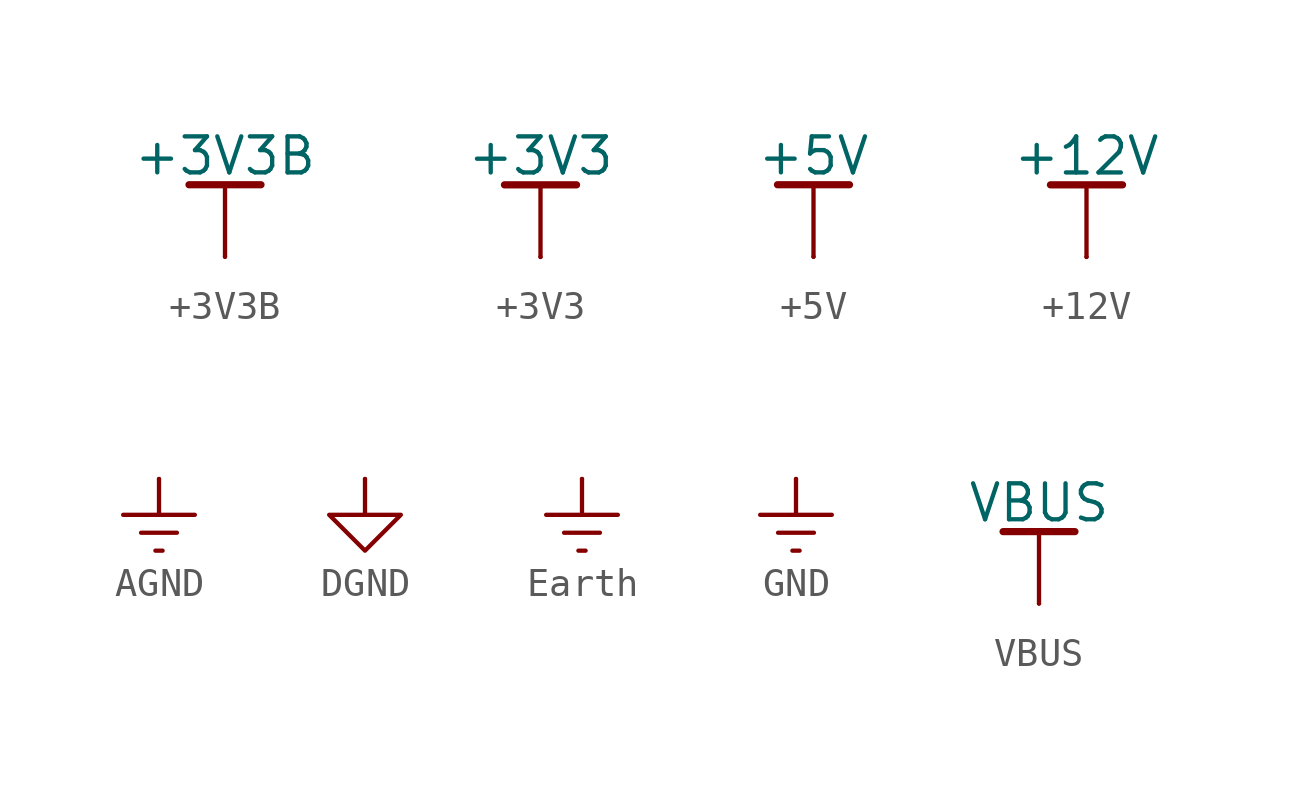
<source format=kicad_sym>
(kicad_symbol_lib
  (version 20241209)
  (generator "kicad_symbol_editor")
  (generator_version "9.0")
  (symbol "+3V3B"
    (power)
    (pin_numbers
      (hide yes))
    (pin_names
      (offset 0)
      (hide yes))
    (property "Reference" "#PWR"
      (at 0 -3.81 0)
      (effects (font (size 1.27 1.27)) (hide yes)))
    (property "Value" "+3V3B"
      (at 0 3.556 0)
      (do_not_autoplace)
      (effects (font (size 1.27 1.27))))
    (symbol "+3V3B_0_1"
      (polyline (pts (xy -1.27 2.54) (xy 1.27 2.54)) (stroke (width 0.254) (type default)) (fill (type none)))
      (polyline (pts (xy 0 0) (xy 0 2.54)) (stroke (width 0) (type default)) (fill (type none))))
    (symbol "+3V3B_1_1"
      (pin power_in line (at 0 0 90) (length 0) (name "~" (effects (font (size 1.27 1.27)))) (number "1" (effects (font (size 1.27 1.27)))))))
  (symbol "+3V3"
    (power)
    (pin_numbers
      (hide yes))
    (pin_names
      (offset 0)
      (hide yes))
    (property "Reference" "#PWR"
      (at 0 -3.81 0)
      (effects (font (size 1.27 1.27)) (hide yes)))
    (property "Value" "+3V3"
      (at 0 3.556 0)
      (do_not_autoplace)
      (effects (font (size 1.27 1.27))))
    (symbol "+3V3_0_1"
      (polyline (pts (xy -1.27 2.54) (xy 1.27 2.54)) (stroke (width 0.254) (type default)) (fill (type none)))
      (polyline (pts (xy 0 0) (xy 0 2.54)) (stroke (width 0) (type default)) (fill (type none))))
    (symbol "+3V3_1_1"
      (pin power_in line (at 0 0 90) (length 0) (name "~" (effects (font (size 1.27 1.27)))) (number "1" (effects (font (size 1.27 1.27)))))))
  (symbol "+5V"
    (power)
    (pin_numbers
      (hide yes))
    (pin_names
      (offset 0)
      (hide yes))
    (property "Reference" "#PWR"
      (at 0 -3.81 0)
      (effects (font (size 1.27 1.27)) (hide yes)))
    (property "Value" "+5V"
      (at 0 3.556 0)
      (do_not_autoplace)
      (effects (font (size 1.27 1.27))))
    (symbol "+5V_0_1"
      (polyline (pts (xy -1.27 2.54) (xy 1.27 2.54)) (stroke (width 0.254) (type default)) (fill (type none)))
      (polyline (pts (xy 0 0) (xy 0 2.54)) (stroke (width 0) (type default)) (fill (type none))))
    (symbol "+5V_1_1"
      (pin power_in line (at 0 0 90) (length 0) (name "~" (effects (font (size 1.27 1.27)))) (number "1" (effects (font (size 1.27 1.27)))))))
  (symbol "+12V"
    (power)
    (pin_numbers
      (hide yes))
    (pin_names
      (offset 0)
      (hide yes))
    (property "Reference" "#PWR"
      (at 0 -3.81 0)
      (effects (font (size 1.27 1.27)) (hide yes)))
    (property "Value" "+12V"
      (at 0 3.556 0)
      (do_not_autoplace)
      (effects (font (size 1.27 1.27))))
    (symbol "+12V_0_1"
      (polyline (pts (xy -1.27 2.54) (xy 1.27 2.54)) (stroke (width 0.254) (type default)) (fill (type none)))
      (polyline (pts (xy 0 0) (xy 0 2.54)) (stroke (width 0) (type default)) (fill (type none))))
    (symbol "+12V_1_1"
      (pin power_in line (at 0 0 90) (length 0) (name "~" (effects (font (size 1.27 1.27)))) (number "1" (effects (font (size 1.27 1.27)))))))
  (symbol "AGND"
    (power)
    (pin_numbers
      (hide yes))
    (pin_names
      (offset 0)
      (hide yes))
    (property "Reference" "#PWR"
      (at 0 -6.35 0)
      (effects (font (size 1.27 1.27)) (hide yes)))
    (symbol "AGND_0_1"
      (polyline (pts (xy -0.635 -1.905) (xy 0.635 -1.905)) (stroke (width 0) (type default)) (fill (type none)))
      (polyline (pts (xy -0.127 -2.54) (xy 0.127 -2.54)) (stroke (width 0) (type default)) (fill (type none)))
      (polyline (pts (xy 0 -1.27) (xy 0 0)) (stroke (width 0) (type default)) (fill (type none)))
      (polyline (pts (xy 1.27 -1.27) (xy -1.27 -1.27)) (stroke (width 0) (type default)) (fill (type none))))
    (symbol "AGND_1_1"
      (pin power_in line (at 0 0 270) (length 0) (name "~" (effects (font (size 1.27 1.27)))) (number "1" (effects (font (size 1.27 1.27)))))))
  (symbol "DGND"
    (power)
    (pin_numbers
      (hide yes))
    (pin_names
      (offset 0)
      (hide yes))
    (property "Reference" "#PWR"
      (at 0 -6.35 0)
      (effects (font (size 1.27 1.27)) (hide yes)))
    (symbol "DGND_0_1"
      (polyline (pts (xy 0 0) (xy 0 -1.27) (xy 1.27 -1.27) (xy 0 -2.54) (xy -1.27 -1.27) (xy 0 -1.27)) (stroke (width 0) (type default)) (fill (type none))))
    (symbol "DGND_1_1"
      (pin power_in line (at 0 0 270) (length 0) (name "~" (effects (font (size 1.27 1.27)))) (number "1" (effects (font (size 1.27 1.27)))))))
  (symbol "Earth"
    (power)
    (pin_numbers
      (hide yes))
    (pin_names
      (offset 0)
      (hide yes))
    (property "Reference" "#PWR"
      (at 0 -6.35 0)
      (effects (font (size 1.27 1.27)) (hide yes)))
    (symbol "Earth_0_1"
      (polyline (pts (xy -0.635 -1.905) (xy 0.635 -1.905)) (stroke (width 0) (type default)) (fill (type none)))
      (polyline (pts (xy -0.127 -2.54) (xy 0.127 -2.54)) (stroke (width 0) (type default)) (fill (type none)))
      (polyline (pts (xy 0 -1.27) (xy 0 0)) (stroke (width 0) (type default)) (fill (type none)))
      (polyline (pts (xy 1.27 -1.27) (xy -1.27 -1.27)) (stroke (width 0) (type default)) (fill (type none))))
    (symbol "Earth_1_1"
      (pin power_in line (at 0 0 270) (length 0) (name "~" (effects (font (size 1.27 1.27)))) (number "1" (effects (font (size 1.27 1.27)))))))
  (symbol "GND"
    (power)
    (pin_numbers
      (hide yes))
    (pin_names
      (offset 0)
      (hide yes))
    (property "Reference" "#PWR"
      (at 0 -6.35 0)
      (effects (font (size 1.27 1.27)) (hide yes)))
    (symbol "GND_0_1"
      (polyline (pts (xy -0.635 -1.905) (xy 0.635 -1.905)) (stroke (width 0) (type default)) (fill (type none)))
      (polyline (pts (xy -0.127 -2.54) (xy 0.127 -2.54)) (stroke (width 0) (type default)) (fill (type none)))
      (polyline (pts (xy 0 -1.27) (xy 0 0)) (stroke (width 0) (type default)) (fill (type none)))
      (polyline (pts (xy 1.27 -1.27) (xy -1.27 -1.27)) (stroke (width 0) (type default)) (fill (type none))))
    (symbol "GND_1_1"
      (pin power_in line (at 0 0 270) (length 0) (name "~" (effects (font (size 1.27 1.27)))) (number "1" (effects (font (size 1.27 1.27)))))))
  (symbol "VBUS"
    (power)
    (pin_numbers
      (hide yes))
    (pin_names
      (offset 0)
      (hide yes))
    (property "Reference" "#PWR"
      (at 0 -3.81 0)
      (effects (font (size 1.27 1.27)) (hide yes)))
    (property "Value" "VBUS"
      (at 0 3.556 0)
      (do_not_autoplace)
      (effects (font (size 1.27 1.27))))
    (symbol "VBUS_0_1"
      (polyline (pts (xy -1.27 2.54) (xy 1.27 2.54)) (stroke (width 0.254) (type default)) (fill (type none)))
      (polyline (pts (xy 0 0) (xy 0 2.54)) (stroke (width 0) (type default)) (fill (type none))))
    (symbol "VBUS_1_1"
      (pin power_in line (at 0 0 90) (length 0) (name "~" (effects (font (size 1.27 1.27)))) (number "1" (effects (font (size 1.27 1.27))))))))
</source>
